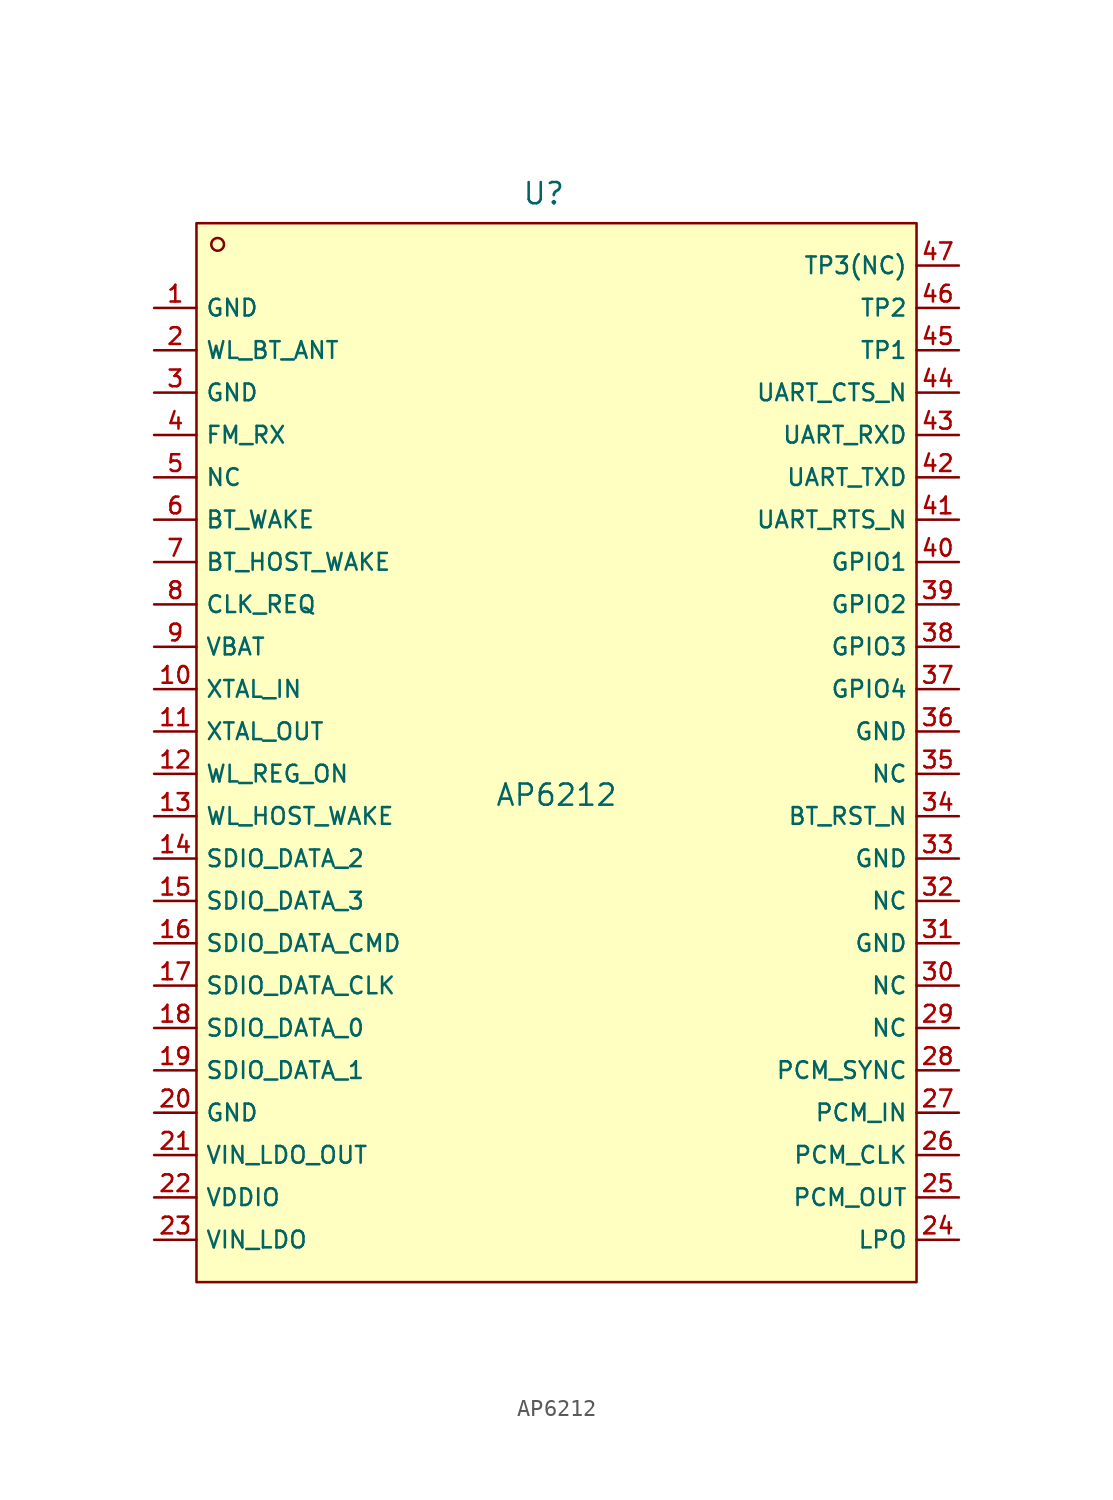
<source format=kicad_sym>
(kicad_symbol_lib
  (version 20231120)
  (generator "kicad_symbol_editor")
  (generator_version "8.0")
  (symbol "AP6212"
    (property "Reference" "U"
      (at -0.762 33.528 0)
      (effects (font (size 1.27 1.27))))
    (property "Value" "AP6212"
      (at 0 -2.54 0)
      (effects (font (size 1.27 1.27))))
    (symbol "AP6212_0_1"
      (rectangle (start -21.59 31.75) (end 21.59 -31.75) (stroke (width 0) (type default)) (fill (type background)))
      (circle (center -20.32 30.48) (radius 0.381) (stroke (width 0) (type default)) (fill (type background)))
      (pin unspecified line (at -24.13 26.67 0) (length 2.54) (name "GND" (effects (font (size 1 1)))) (number "1" (effects (font (size 1 1)))))
      (pin unspecified line (at -24.13 3.81 0) (length 2.54) (name "XTAL_IN" (effects (font (size 1 1)))) (number "10" (effects (font (size 1 1)))))
      (pin unspecified line (at -24.13 1.27 0) (length 2.54) (name "XTAL_OUT" (effects (font (size 1 1)))) (number "11" (effects (font (size 1 1)))))
      (pin unspecified line (at -24.13 -1.27 0) (length 2.54) (name "WL_REG_ON" (effects (font (size 1 1)))) (number "12" (effects (font (size 1 1)))))
      (pin unspecified line (at -24.13 -3.81 0) (length 2.54) (name "WL_HOST_WAKE" (effects (font (size 1 1)))) (number "13" (effects (font (size 1 1)))))
      (pin unspecified line (at -24.13 -6.35 0) (length 2.54) (name "SDIO_DATA_2" (effects (font (size 1 1)))) (number "14" (effects (font (size 1 1)))))
      (pin unspecified line (at -24.13 -8.89 0) (length 2.54) (name "SDIO_DATA_3" (effects (font (size 1 1)))) (number "15" (effects (font (size 1 1)))))
      (pin unspecified line (at -24.13 -11.43 0) (length 2.54) (name "SDIO_DATA_CMD" (effects (font (size 1 1)))) (number "16" (effects (font (size 1 1)))))
      (pin unspecified line (at -24.13 -13.97 0) (length 2.54) (name "SDIO_DATA_CLK" (effects (font (size 1 1)))) (number "17" (effects (font (size 1 1)))))
      (pin unspecified line (at -24.13 -16.51 0) (length 2.54) (name "SDIO_DATA_0" (effects (font (size 1 1)))) (number "18" (effects (font (size 1 1)))))
      (pin unspecified line (at -24.13 -19.05 0) (length 2.54) (name "SDIO_DATA_1" (effects (font (size 1 1)))) (number "19" (effects (font (size 1 1)))))
      (pin unspecified line (at -24.13 24.13 0) (length 2.54) (name "WL_BT_ANT" (effects (font (size 1 1)))) (number "2" (effects (font (size 1 1)))))
      (pin unspecified line (at -24.13 -21.59 0) (length 2.54) (name "GND" (effects (font (size 1 1)))) (number "20" (effects (font (size 1 1)))))
      (pin unspecified line (at -24.13 -24.13 0) (length 2.54) (name "VIN_LDO_OUT" (effects (font (size 1 1)))) (number "21" (effects (font (size 1 1)))))
      (pin unspecified line (at -24.13 -26.67 0) (length 2.54) (name "VDDIO" (effects (font (size 1 1)))) (number "22" (effects (font (size 1 1)))))
      (pin unspecified line (at -24.13 -29.21 0) (length 2.54) (name "VIN_LDO" (effects (font (size 1 1)))) (number "23" (effects (font (size 1 1)))))
      (pin unspecified line (at 24.13 -29.21 180) (length 2.54) (name "LPO" (effects (font (size 1 1)))) (number "24" (effects (font (size 1 1)))))
      (pin unspecified line (at 24.13 -26.67 180) (length 2.54) (name "PCM_OUT" (effects (font (size 1 1)))) (number "25" (effects (font (size 1 1)))))
      (pin unspecified line (at 24.13 -24.13 180) (length 2.54) (name "PCM_CLK" (effects (font (size 1 1)))) (number "26" (effects (font (size 1 1)))))
      (pin unspecified line (at 24.13 -21.59 180) (length 2.54) (name "PCM_IN" (effects (font (size 1 1)))) (number "27" (effects (font (size 1 1)))))
      (pin unspecified line (at 24.13 -19.05 180) (length 2.54) (name "PCM_SYNC" (effects (font (size 1 1)))) (number "28" (effects (font (size 1 1)))))
      (pin unspecified line (at 24.13 -16.51 180) (length 2.54) (name "NC" (effects (font (size 1 1)))) (number "29" (effects (font (size 1 1)))))
      (pin unspecified line (at -24.13 21.59 0) (length 2.54) (name "GND" (effects (font (size 1 1)))) (number "3" (effects (font (size 1 1)))))
      (pin unspecified line (at 24.13 -13.97 180) (length 2.54) (name "NC" (effects (font (size 1 1)))) (number "30" (effects (font (size 1 1)))))
      (pin unspecified line (at 24.13 -11.43 180) (length 2.54) (name "GND" (effects (font (size 1 1)))) (number "31" (effects (font (size 1 1)))))
      (pin unspecified line (at 24.13 -8.89 180) (length 2.54) (name "NC" (effects (font (size 1 1)))) (number "32" (effects (font (size 1 1)))))
      (pin unspecified line (at 24.13 -6.35 180) (length 2.54) (name "GND" (effects (font (size 1 1)))) (number "33" (effects (font (size 1 1)))))
      (pin unspecified line (at 24.13 -3.81 180) (length 2.54) (name "BT_RST_N" (effects (font (size 1 1)))) (number "34" (effects (font (size 1 1)))))
      (pin unspecified line (at 24.13 -1.27 180) (length 2.54) (name "NC" (effects (font (size 1 1)))) (number "35" (effects (font (size 1 1)))))
      (pin unspecified line (at 24.13 1.27 180) (length 2.54) (name "GND" (effects (font (size 1 1)))) (number "36" (effects (font (size 1 1)))))
      (pin unspecified line (at 24.13 3.81 180) (length 2.54) (name "GPIO4" (effects (font (size 1 1)))) (number "37" (effects (font (size 1 1)))))
      (pin unspecified line (at 24.13 6.35 180) (length 2.54) (name "GPIO3" (effects (font (size 1 1)))) (number "38" (effects (font (size 1 1)))))
      (pin unspecified line (at 24.13 8.89 180) (length 2.54) (name "GPIO2" (effects (font (size 1 1)))) (number "39" (effects (font (size 1 1)))))
      (pin unspecified line (at -24.13 19.05 0) (length 2.54) (name "FM_RX" (effects (font (size 1 1)))) (number "4" (effects (font (size 1 1)))))
      (pin unspecified line (at 24.13 11.43 180) (length 2.54) (name "GPIO1" (effects (font (size 1 1)))) (number "40" (effects (font (size 1 1)))))
      (pin unspecified line (at 24.13 13.97 180) (length 2.54) (name "UART_RTS_N" (effects (font (size 1 1)))) (number "41" (effects (font (size 1 1)))))
      (pin unspecified line (at 24.13 16.51 180) (length 2.54) (name "UART_TXD" (effects (font (size 1 1)))) (number "42" (effects (font (size 1 1)))))
      (pin unspecified line (at 24.13 19.05 180) (length 2.54) (name "UART_RXD" (effects (font (size 1 1)))) (number "43" (effects (font (size 1 1)))))
      (pin unspecified line (at 24.13 21.59 180) (length 2.54) (name "UART_CTS_N" (effects (font (size 1 1)))) (number "44" (effects (font (size 1 1)))))
      (pin unspecified line (at 24.13 24.13 180) (length 2.54) (name "TP1" (effects (font (size 1 1)))) (number "45" (effects (font (size 1 1)))))
      (pin unspecified line (at 24.13 26.67 180) (length 2.54) (name "TP2" (effects (font (size 1 1)))) (number "46" (effects (font (size 1 1)))))
      (pin unspecified line (at 24.13 29.21 180) (length 2.54) (name "TP3(NC)" (effects (font (size 1 1)))) (number "47" (effects (font (size 1 1)))))
      (pin unspecified line (at -24.13 16.51 0) (length 2.54) (name "NC" (effects (font (size 1 1)))) (number "5" (effects (font (size 1 1)))))
      (pin unspecified line (at -24.13 13.97 0) (length 2.54) (name "BT_WAKE" (effects (font (size 1 1)))) (number "6" (effects (font (size 1 1)))))
      (pin unspecified line (at -24.13 11.43 0) (length 2.54) (name "BT_HOST_WAKE" (effects (font (size 1 1)))) (number "7" (effects (font (size 1 1)))))
      (pin unspecified line (at -24.13 8.89 0) (length 2.54) (name "CLK_REQ" (effects (font (size 1 1)))) (number "8" (effects (font (size 1 1)))))
      (pin unspecified line (at -24.13 6.35 0) (length 2.54) (name "VBAT" (effects (font (size 1 1)))) (number "9" (effects (font (size 1 1))))))))
</source>
